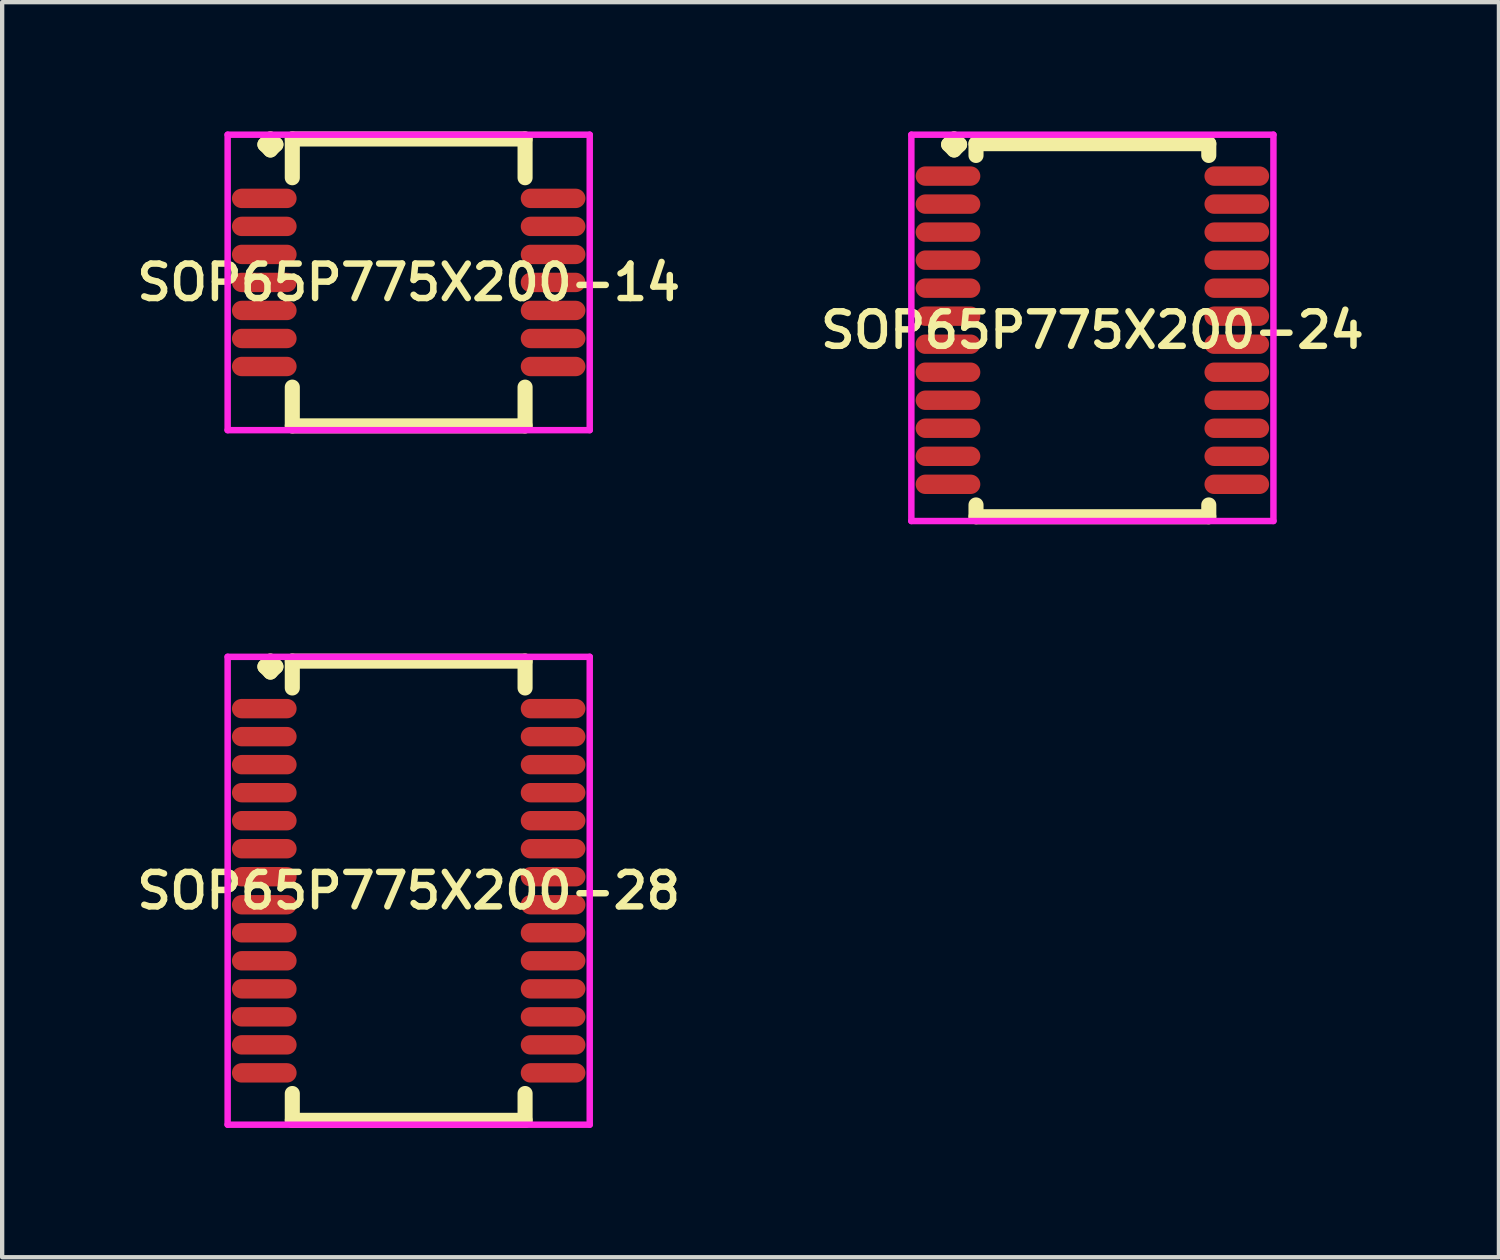
<source format=kicad_pcb>
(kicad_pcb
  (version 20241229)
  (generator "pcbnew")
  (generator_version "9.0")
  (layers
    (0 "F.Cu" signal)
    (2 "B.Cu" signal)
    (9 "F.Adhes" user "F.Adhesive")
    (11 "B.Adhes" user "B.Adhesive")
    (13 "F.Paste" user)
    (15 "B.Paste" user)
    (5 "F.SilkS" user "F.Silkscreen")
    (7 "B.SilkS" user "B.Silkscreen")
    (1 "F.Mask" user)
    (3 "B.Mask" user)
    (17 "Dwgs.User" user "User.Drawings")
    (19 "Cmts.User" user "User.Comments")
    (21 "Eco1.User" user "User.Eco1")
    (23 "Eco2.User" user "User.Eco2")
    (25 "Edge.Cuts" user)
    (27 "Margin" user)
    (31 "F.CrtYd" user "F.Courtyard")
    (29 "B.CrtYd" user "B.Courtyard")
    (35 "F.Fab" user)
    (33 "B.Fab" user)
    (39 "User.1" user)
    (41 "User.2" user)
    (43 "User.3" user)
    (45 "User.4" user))
  (footprint "SOP65P775X200-24"
    (layer "F.Cu")
    (at 22.292 4.61)
    (property "Reference" "SOP65P775X200-24" (at 0 0 0) (layer "F.SilkS") (effects (font (size 0.8 0.8) (thickness 0.15))))
    (attr smd)
    (fp_line (start -3.335 -4.308) (end -3.208 -4.435) (stroke (width 0.35) (type solid)) (layer "F.SilkS"))
    (fp_line (start -3.208 -4.435) (end -3.081 -4.308) (stroke (width 0.35) (type solid)) (layer "F.SilkS"))
    (fp_line (start -3.208 -4.181) (end -3.335 -4.308) (stroke (width 0.35) (type solid)) (layer "F.SilkS"))
    (fp_line (start -3.081 -4.308) (end -3.208 -4.181) (stroke (width 0.35) (type solid)) (layer "F.SilkS"))
    (fp_line (start -2.7 -4.327) (end 2.7 -4.327) (stroke (width 0.35) (type solid)) (layer "F.SilkS"))
    (fp_line (start -2.7 -4.054) (end -2.7 -4.327) (stroke (width 0.35) (type solid)) (layer "F.SilkS"))
    (fp_line (start -2.7 4.054) (end -2.7 4.327) (stroke (width 0.35) (type solid)) (layer "F.SilkS"))
    (fp_line (start -2.7 4.327) (end 2.7 4.327) (stroke (width 0.35) (type solid)) (layer "F.SilkS"))
    (fp_line (start 2.7 -4.327) (end 2.7 -4.054) (stroke (width 0.35) (type solid)) (layer "F.SilkS"))
    (fp_line (start 2.7 4.327) (end 2.7 4.054) (stroke (width 0.35) (type solid)) (layer "F.SilkS"))
    (fp_line (start -4.2 -4.535) (end 4.2 -4.535) (stroke (width 0.15) (type solid)) (layer "F.CrtYd"))
    (fp_line (start -4.2 4.427) (end -4.2 -4.535) (stroke (width 0.15) (type solid)) (layer "F.CrtYd"))
    (fp_line (start 4.2 -4.535) (end 4.2 4.427) (stroke (width 0.15) (type solid)) (layer "F.CrtYd"))
    (fp_line (start 4.2 4.427) (end -4.2 4.427) (stroke (width 0.15) (type solid)) (layer "F.CrtYd"))
    (pad "1" smd oval (at -3.35 -3.575) (size 1.5 0.45) (layers "F.Cu" "F.Mask" "F.Paste"))
    (pad "2" smd oval (at -3.35 -2.925) (size 1.5 0.45) (layers "F.Cu" "F.Mask" "F.Paste"))
    (pad "3" smd oval (at -3.35 -2.275) (size 1.5 0.45) (layers "F.Cu" "F.Mask" "F.Paste"))
    (pad "4" smd oval (at -3.35 -1.625) (size 1.5 0.45) (layers "F.Cu" "F.Mask" "F.Paste"))
    (pad "5" smd oval (at -3.35 -0.975) (size 1.5 0.45) (layers "F.Cu" "F.Mask" "F.Paste"))
    (pad "6" smd oval (at -3.35 -0.325) (size 1.5 0.45) (layers "F.Cu" "F.Mask" "F.Paste"))
    (pad "7" smd oval (at -3.35 0.325) (size 1.5 0.45) (layers "F.Cu" "F.Mask" "F.Paste"))
    (pad "8" smd oval (at -3.35 0.975) (size 1.5 0.45) (layers "F.Cu" "F.Mask" "F.Paste"))
    (pad "9" smd oval (at -3.35 1.625) (size 1.5 0.45) (layers "F.Cu" "F.Mask" "F.Paste"))
    (pad "10" smd oval (at -3.35 2.275) (size 1.5 0.45) (layers "F.Cu" "F.Mask" "F.Paste"))
    (pad "11" smd oval (at -3.35 2.925) (size 1.5 0.45) (layers "F.Cu" "F.Mask" "F.Paste"))
    (pad "12" smd oval (at -3.35 3.575) (size 1.5 0.45) (layers "F.Cu" "F.Mask" "F.Paste"))
    (pad "13" smd oval (at 3.35 3.575) (size 1.5 0.45) (layers "F.Cu" "F.Mask" "F.Paste"))
    (pad "14" smd oval (at 3.35 2.925) (size 1.5 0.45) (layers "F.Cu" "F.Mask" "F.Paste"))
    (pad "15" smd oval (at 3.35 2.275) (size 1.5 0.45) (layers "F.Cu" "F.Mask" "F.Paste"))
    (pad "16" smd oval (at 3.35 1.625) (size 1.5 0.45) (layers "F.Cu" "F.Mask" "F.Paste"))
    (pad "17" smd oval (at 3.35 0.975) (size 1.5 0.45) (layers "F.Cu" "F.Mask" "F.Paste"))
    (pad "18" smd oval (at 3.35 0.325) (size 1.5 0.45) (layers "F.Cu" "F.Mask" "F.Paste"))
    (pad "19" smd oval (at 3.35 -0.325) (size 1.5 0.45) (layers "F.Cu" "F.Mask" "F.Paste"))
    (pad "20" smd oval (at 3.35 -0.975) (size 1.5 0.45) (layers "F.Cu" "F.Mask" "F.Paste"))
    (pad "21" smd oval (at 3.35 -1.625) (size 1.5 0.45) (layers "F.Cu" "F.Mask" "F.Paste"))
    (pad "22" smd oval (at 3.35 -2.275) (size 1.5 0.45) (layers "F.Cu" "F.Mask" "F.Paste"))
    (pad "23" smd oval (at 3.35 -2.925) (size 1.5 0.45) (layers "F.Cu" "F.Mask" "F.Paste"))
    (pad "24" smd oval (at 3.35 -3.575) (size 1.5 0.45) (layers "F.Cu" "F.Mask" "F.Paste")))
  (footprint "SOP65P775X200-14"
    (layer "F.Cu")
    (at 6.431 3.502)
    (property "Reference" "SOP65P775X200-14" (at 0 0 0) (layer "F.SilkS") (effects (font (size 0.8 0.8) (thickness 0.15))))
    (attr smd)
    (fp_line (start -3.335 -3.2) (end -3.208 -3.327) (stroke (width 0.35) (type solid)) (layer "F.SilkS"))
    (fp_line (start -3.208 -3.327) (end -3.081 -3.2) (stroke (width 0.35) (type solid)) (layer "F.SilkS"))
    (fp_line (start -3.208 -3.073) (end -3.335 -3.2) (stroke (width 0.35) (type solid)) (layer "F.SilkS"))
    (fp_line (start -3.081 -3.2) (end -3.208 -3.073) (stroke (width 0.35) (type solid)) (layer "F.SilkS"))
    (fp_line (start -2.7 -3.327) (end 2.7 -3.327) (stroke (width 0.35) (type solid)) (layer "F.SilkS"))
    (fp_line (start -2.7 -2.429) (end -2.7 -3.327) (stroke (width 0.35) (type solid)) (layer "F.SilkS"))
    (fp_line (start -2.7 2.429) (end -2.7 3.327) (stroke (width 0.35) (type solid)) (layer "F.SilkS"))
    (fp_line (start -2.7 3.327) (end 2.7 3.327) (stroke (width 0.35) (type solid)) (layer "F.SilkS"))
    (fp_line (start 2.7 -3.327) (end 2.7 -2.429) (stroke (width 0.35) (type solid)) (layer "F.SilkS"))
    (fp_line (start 2.7 3.327) (end 2.7 2.429) (stroke (width 0.35) (type solid)) (layer "F.SilkS"))
    (fp_line (start -4.2 -3.427) (end 4.2 -3.427) (stroke (width 0.15) (type solid)) (layer "F.CrtYd"))
    (fp_line (start -4.2 3.427) (end -4.2 -3.427) (stroke (width 0.15) (type solid)) (layer "F.CrtYd"))
    (fp_line (start 4.2 -3.427) (end 4.2 3.427) (stroke (width 0.15) (type solid)) (layer "F.CrtYd"))
    (fp_line (start 4.2 3.427) (end -4.2 3.427) (stroke (width 0.15) (type solid)) (layer "F.CrtYd"))
    (pad "1" smd oval (at -3.35 -1.95) (size 1.5 0.45) (layers "F.Cu" "F.Mask" "F.Paste"))
    (pad "2" smd oval (at -3.35 -1.3) (size 1.5 0.45) (layers "F.Cu" "F.Mask" "F.Paste"))
    (pad "3" smd oval (at -3.35 -0.65) (size 1.5 0.45) (layers "F.Cu" "F.Mask" "F.Paste"))
    (pad "4" smd oval (at -3.35 0) (size 1.5 0.45) (layers "F.Cu" "F.Mask" "F.Paste"))
    (pad "5" smd oval (at -3.35 0.65) (size 1.5 0.45) (layers "F.Cu" "F.Mask" "F.Paste"))
    (pad "6" smd oval (at -3.35 1.3) (size 1.5 0.45) (layers "F.Cu" "F.Mask" "F.Paste"))
    (pad "7" smd oval (at -3.35 1.95) (size 1.5 0.45) (layers "F.Cu" "F.Mask" "F.Paste"))
    (pad "8" smd oval (at 3.35 1.95) (size 1.5 0.45) (layers "F.Cu" "F.Mask" "F.Paste"))
    (pad "9" smd oval (at 3.35 1.3) (size 1.5 0.45) (layers "F.Cu" "F.Mask" "F.Paste"))
    (pad "10" smd oval (at 3.35 0.65) (size 1.5 0.45) (layers "F.Cu" "F.Mask" "F.Paste"))
    (pad "11" smd oval (at 3.35 0) (size 1.5 0.45) (layers "F.Cu" "F.Mask" "F.Paste"))
    (pad "12" smd oval (at 3.35 -0.65) (size 1.5 0.45) (layers "F.Cu" "F.Mask" "F.Paste"))
    (pad "13" smd oval (at 3.35 -1.3) (size 1.5 0.45) (layers "F.Cu" "F.Mask" "F.Paste"))
    (pad "14" smd oval (at 3.35 -1.95) (size 1.5 0.45) (layers "F.Cu" "F.Mask" "F.Paste")))
  (footprint "SOP65P775X200-28"
    (layer "F.Cu")
    (at 6.431 17.614)
    (property "Reference" "SOP65P775X200-28" (at 0 0 0) (layer "F.SilkS") (effects (font (size 0.8 0.8) (thickness 0.15))))
    (attr smd)
    (fp_line (start -3.335 -5.2) (end -3.208 -5.327) (stroke (width 0.35) (type solid)) (layer "F.SilkS"))
    (fp_line (start -3.208 -5.327) (end -3.081 -5.2) (stroke (width 0.35) (type solid)) (layer "F.SilkS"))
    (fp_line (start -3.208 -5.073) (end -3.335 -5.2) (stroke (width 0.35) (type solid)) (layer "F.SilkS"))
    (fp_line (start -3.081 -5.2) (end -3.208 -5.073) (stroke (width 0.35) (type solid)) (layer "F.SilkS"))
    (fp_line (start -2.7 -5.327) (end 2.7 -5.327) (stroke (width 0.35) (type solid)) (layer "F.SilkS"))
    (fp_line (start -2.7 -4.704) (end -2.7 -5.327) (stroke (width 0.35) (type solid)) (layer "F.SilkS"))
    (fp_line (start -2.7 4.704) (end -2.7 5.327) (stroke (width 0.35) (type solid)) (layer "F.SilkS"))
    (fp_line (start -2.7 5.327) (end 2.7 5.327) (stroke (width 0.35) (type solid)) (layer "F.SilkS"))
    (fp_line (start 2.7 -5.327) (end 2.7 -4.704) (stroke (width 0.35) (type solid)) (layer "F.SilkS"))
    (fp_line (start 2.7 5.327) (end 2.7 4.704) (stroke (width 0.35) (type solid)) (layer "F.SilkS"))
    (fp_line (start -4.2 -5.427) (end 4.2 -5.427) (stroke (width 0.15) (type solid)) (layer "F.CrtYd"))
    (fp_line (start -4.2 5.427) (end -4.2 -5.427) (stroke (width 0.15) (type solid)) (layer "F.CrtYd"))
    (fp_line (start 4.2 -5.427) (end 4.2 5.427) (stroke (width 0.15) (type solid)) (layer "F.CrtYd"))
    (fp_line (start 4.2 5.427) (end -4.2 5.427) (stroke (width 0.15) (type solid)) (layer "F.CrtYd"))
    (pad "1" smd oval (at -3.35 -4.225) (size 1.5 0.45) (layers "F.Cu" "F.Mask" "F.Paste"))
    (pad "2" smd oval (at -3.35 -3.575) (size 1.5 0.45) (layers "F.Cu" "F.Mask" "F.Paste"))
    (pad "3" smd oval (at -3.35 -2.925) (size 1.5 0.45) (layers "F.Cu" "F.Mask" "F.Paste"))
    (pad "4" smd oval (at -3.35 -2.275) (size 1.5 0.45) (layers "F.Cu" "F.Mask" "F.Paste"))
    (pad "5" smd oval (at -3.35 -1.625) (size 1.5 0.45) (layers "F.Cu" "F.Mask" "F.Paste"))
    (pad "6" smd oval (at -3.35 -0.975) (size 1.5 0.45) (layers "F.Cu" "F.Mask" "F.Paste"))
    (pad "7" smd oval (at -3.35 -0.325) (size 1.5 0.45) (layers "F.Cu" "F.Mask" "F.Paste"))
    (pad "8" smd oval (at -3.35 0.325) (size 1.5 0.45) (layers "F.Cu" "F.Mask" "F.Paste"))
    (pad "9" smd oval (at -3.35 0.975) (size 1.5 0.45) (layers "F.Cu" "F.Mask" "F.Paste"))
    (pad "10" smd oval (at -3.35 1.625) (size 1.5 0.45) (layers "F.Cu" "F.Mask" "F.Paste"))
    (pad "11" smd oval (at -3.35 2.275) (size 1.5 0.45) (layers "F.Cu" "F.Mask" "F.Paste"))
    (pad "12" smd oval (at -3.35 2.925) (size 1.5 0.45) (layers "F.Cu" "F.Mask" "F.Paste"))
    (pad "13" smd oval (at -3.35 3.575) (size 1.5 0.45) (layers "F.Cu" "F.Mask" "F.Paste"))
    (pad "14" smd oval (at -3.35 4.225) (size 1.5 0.45) (layers "F.Cu" "F.Mask" "F.Paste"))
    (pad "15" smd oval (at 3.35 4.225) (size 1.5 0.45) (layers "F.Cu" "F.Mask" "F.Paste"))
    (pad "16" smd oval (at 3.35 3.575) (size 1.5 0.45) (layers "F.Cu" "F.Mask" "F.Paste"))
    (pad "17" smd oval (at 3.35 2.925) (size 1.5 0.45) (layers "F.Cu" "F.Mask" "F.Paste"))
    (pad "18" smd oval (at 3.35 2.275) (size 1.5 0.45) (layers "F.Cu" "F.Mask" "F.Paste"))
    (pad "19" smd oval (at 3.35 1.625) (size 1.5 0.45) (layers "F.Cu" "F.Mask" "F.Paste"))
    (pad "20" smd oval (at 3.35 0.975) (size 1.5 0.45) (layers "F.Cu" "F.Mask" "F.Paste"))
    (pad "21" smd oval (at 3.35 0.325) (size 1.5 0.45) (layers "F.Cu" "F.Mask" "F.Paste"))
    (pad "22" smd oval (at 3.35 -0.325) (size 1.5 0.45) (layers "F.Cu" "F.Mask" "F.Paste"))
    (pad "23" smd oval (at 3.35 -0.975) (size 1.5 0.45) (layers "F.Cu" "F.Mask" "F.Paste"))
    (pad "24" smd oval (at 3.35 -1.625) (size 1.5 0.45) (layers "F.Cu" "F.Mask" "F.Paste"))
    (pad "25" smd oval (at 3.35 -2.275) (size 1.5 0.45) (layers "F.Cu" "F.Mask" "F.Paste"))
    (pad "26" smd oval (at 3.35 -2.925) (size 1.5 0.45) (layers "F.Cu" "F.Mask" "F.Paste"))
    (pad "27" smd oval (at 3.35 -3.575) (size 1.5 0.45) (layers "F.Cu" "F.Mask" "F.Paste"))
    (pad "28" smd oval (at 3.35 -4.225) (size 1.5 0.45) (layers "F.Cu" "F.Mask" "F.Paste")))
  (gr_rect
    (start -3 -3)
    (end 31.723 26.116)
    (stroke (width 0.1) (type default))
    (fill no)
    (layer "Edge.Cuts")))
</source>
